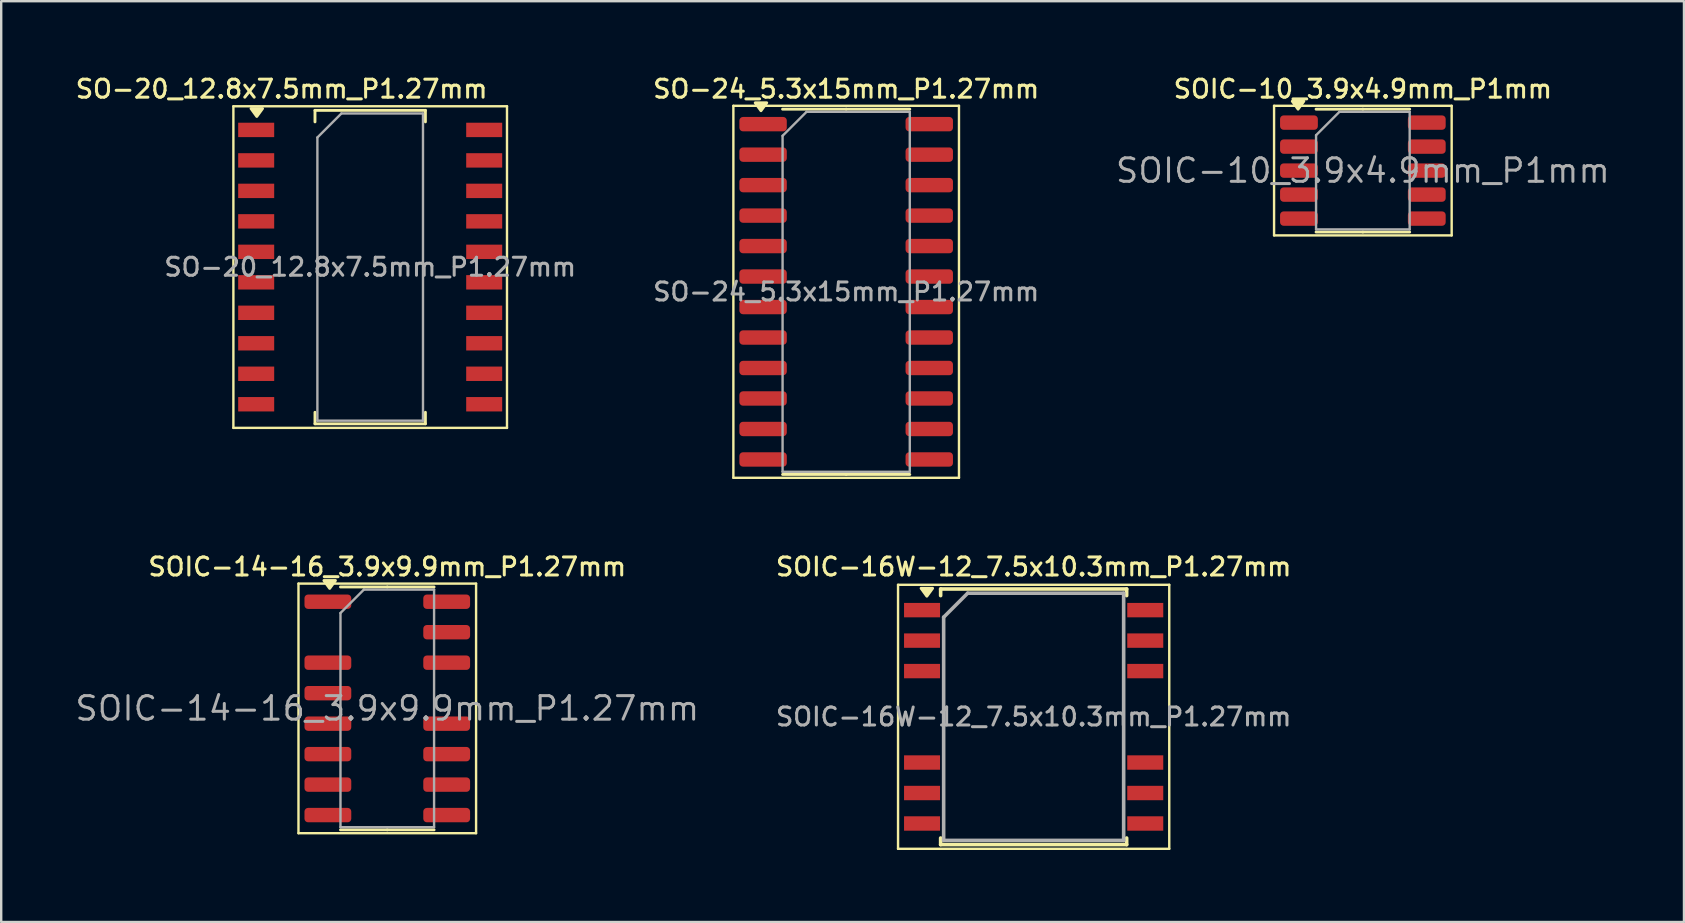
<source format=kicad_pcb>
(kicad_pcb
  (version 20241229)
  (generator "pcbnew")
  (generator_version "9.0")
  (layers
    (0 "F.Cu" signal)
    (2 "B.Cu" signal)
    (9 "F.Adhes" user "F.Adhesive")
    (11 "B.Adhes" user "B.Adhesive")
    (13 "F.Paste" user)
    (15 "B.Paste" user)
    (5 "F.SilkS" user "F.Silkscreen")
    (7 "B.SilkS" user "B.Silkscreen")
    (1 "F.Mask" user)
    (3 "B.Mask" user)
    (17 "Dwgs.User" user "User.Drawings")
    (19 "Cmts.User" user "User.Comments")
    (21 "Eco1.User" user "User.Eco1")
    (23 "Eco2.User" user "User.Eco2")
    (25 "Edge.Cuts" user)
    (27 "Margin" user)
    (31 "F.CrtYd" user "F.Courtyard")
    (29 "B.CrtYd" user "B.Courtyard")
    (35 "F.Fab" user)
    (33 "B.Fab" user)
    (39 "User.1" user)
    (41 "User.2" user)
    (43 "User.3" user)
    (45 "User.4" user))
  (footprint "SO-24_5.3x15mm_P1.27mm"
    (layer "F.Cu")
    (at 32.206 9.108)
    (property "Reference" "SO-24_5.3x15mm_P1.27mm" (at 0 -8.45 0) (layer "F.SilkS") (effects (font (size 0.75 0.75) (thickness 0.125))))
    (attr smd)
    (fp_line (start -4.7 -7.75) (end -4.7 7.75) (stroke (width 0.1) (type solid)) (layer "F.SilkS"))
    (fp_line (start -4.7 7.75) (end 4.7 7.75) (stroke (width 0.1) (type solid)) (layer "F.SilkS"))
    (fp_line (start 0 -7.61) (end -2.65 -7.61) (stroke (width 0.12) (type solid)) (layer "F.SilkS"))
    (fp_line (start 0 -7.61) (end 2.65 -7.61) (stroke (width 0.12) (type solid)) (layer "F.SilkS"))
    (fp_line (start 0 7.61) (end -2.65 7.61) (stroke (width 0.12) (type solid)) (layer "F.SilkS"))
    (fp_line (start 0 7.61) (end 2.65 7.61) (stroke (width 0.12) (type solid)) (layer "F.SilkS"))
    (fp_line (start 4.7 -7.75) (end -4.7 -7.75) (stroke (width 0.1) (type solid)) (layer "F.SilkS"))
    (fp_line (start 4.7 7.75) (end 4.7 -7.75) (stroke (width 0.1) (type solid)) (layer "F.SilkS"))
    (fp_poly (pts (xy -3.55 -7.545) (xy -3.79 -7.875) (xy -3.31 -7.875) (xy -3.55 -7.545)) (stroke (width 0.12) (type solid)) (fill yes) (layer "F.SilkS"))
    (fp_line (start -2.65 -6.5) (end -1.65 -7.5) (stroke (width 0.1) (type solid)) (layer "F.Fab"))
    (fp_line (start -2.65 7.5) (end -2.65 -6.5) (stroke (width 0.1) (type solid)) (layer "F.Fab"))
    (fp_line (start -1.65 -7.5) (end 2.65 -7.5) (stroke (width 0.1) (type solid)) (layer "F.Fab"))
    (fp_line (start 2.65 -7.5) (end 2.65 7.5) (stroke (width 0.1) (type solid)) (layer "F.Fab"))
    (fp_line (start 2.65 7.5) (end -2.65 7.5) (stroke (width 0.1) (type solid)) (layer "F.Fab"))
    (fp_text user "${REFERENCE}" (at 0 0 0) (layer "F.Fab") (effects (font (size 0.75 0.75) (thickness 0.125))))
    (pad "1" smd roundrect (at -3.462 -6.985) (size 1.975 0.6) (layers "F.Cu" "F.Mask" "F.Paste") (roundrect_rratio 0.25))
    (pad "2" smd roundrect (at -3.462 -5.715) (size 1.975 0.6) (layers "F.Cu" "F.Mask" "F.Paste") (roundrect_rratio 0.25))
    (pad "3" smd roundrect (at -3.462 -4.445) (size 1.975 0.6) (layers "F.Cu" "F.Mask" "F.Paste") (roundrect_rratio 0.25))
    (pad "4" smd roundrect (at -3.462 -3.175) (size 1.975 0.6) (layers "F.Cu" "F.Mask" "F.Paste") (roundrect_rratio 0.25))
    (pad "5" smd roundrect (at -3.462 -1.905) (size 1.975 0.6) (layers "F.Cu" "F.Mask" "F.Paste") (roundrect_rratio 0.25))
    (pad "6" smd roundrect (at -3.462 -0.635) (size 1.975 0.6) (layers "F.Cu" "F.Mask" "F.Paste") (roundrect_rratio 0.25))
    (pad "7" smd roundrect (at -3.462 0.635) (size 1.975 0.6) (layers "F.Cu" "F.Mask" "F.Paste") (roundrect_rratio 0.25))
    (pad "8" smd roundrect (at -3.462 1.905) (size 1.975 0.6) (layers "F.Cu" "F.Mask" "F.Paste") (roundrect_rratio 0.25))
    (pad "9" smd roundrect (at -3.462 3.175) (size 1.975 0.6) (layers "F.Cu" "F.Mask" "F.Paste") (roundrect_rratio 0.25))
    (pad "10" smd roundrect (at -3.462 4.445) (size 1.975 0.6) (layers "F.Cu" "F.Mask" "F.Paste") (roundrect_rratio 0.25))
    (pad "11" smd roundrect (at -3.462 5.715) (size 1.975 0.6) (layers "F.Cu" "F.Mask" "F.Paste") (roundrect_rratio 0.25))
    (pad "12" smd roundrect (at -3.462 6.985) (size 1.975 0.6) (layers "F.Cu" "F.Mask" "F.Paste") (roundrect_rratio 0.25))
    (pad "13" smd roundrect (at 3.462 6.985) (size 1.975 0.6) (layers "F.Cu" "F.Mask" "F.Paste") (roundrect_rratio 0.25))
    (pad "14" smd roundrect (at 3.462 5.715) (size 1.975 0.6) (layers "F.Cu" "F.Mask" "F.Paste") (roundrect_rratio 0.25))
    (pad "15" smd roundrect (at 3.462 4.445) (size 1.975 0.6) (layers "F.Cu" "F.Mask" "F.Paste") (roundrect_rratio 0.25))
    (pad "16" smd roundrect (at 3.462 3.175) (size 1.975 0.6) (layers "F.Cu" "F.Mask" "F.Paste") (roundrect_rratio 0.25))
    (pad "17" smd roundrect (at 3.462 1.905) (size 1.975 0.6) (layers "F.Cu" "F.Mask" "F.Paste") (roundrect_rratio 0.25))
    (pad "18" smd roundrect (at 3.462 0.635) (size 1.975 0.6) (layers "F.Cu" "F.Mask" "F.Paste") (roundrect_rratio 0.25))
    (pad "19" smd roundrect (at 3.462 -0.635) (size 1.975 0.6) (layers "F.Cu" "F.Mask" "F.Paste") (roundrect_rratio 0.25))
    (pad "20" smd roundrect (at 3.462 -1.905) (size 1.975 0.6) (layers "F.Cu" "F.Mask" "F.Paste") (roundrect_rratio 0.25))
    (pad "21" smd roundrect (at 3.462 -3.175) (size 1.975 0.6) (layers "F.Cu" "F.Mask" "F.Paste") (roundrect_rratio 0.25))
    (pad "22" smd roundrect (at 3.462 -4.445) (size 1.975 0.6) (layers "F.Cu" "F.Mask" "F.Paste") (roundrect_rratio 0.25))
    (pad "23" smd roundrect (at 3.462 -5.715) (size 1.975 0.6) (layers "F.Cu" "F.Mask" "F.Paste") (roundrect_rratio 0.25))
    (pad "24" smd roundrect (at 3.462 -6.985) (size 1.975 0.6) (layers "F.Cu" "F.Mask" "F.Paste") (roundrect_rratio 0.25)))
  (footprint "SOIC-10_3.9x4.9mm_P1mm"
    (layer "F.Cu")
    (at 53.734 4.058)
    (property "Reference" "SOIC-10_3.9x4.9mm_P1mm" (at 0 -3.4 0) (layer "F.SilkS") (effects (font (size 0.75 0.75) (thickness 0.125))))
    (attr smd)
    (fp_line (start -3.7 -2.7) (end -3.7 2.7) (stroke (width 0.1) (type solid)) (layer "F.SilkS"))
    (fp_line (start -3.7 2.7) (end 3.7 2.7) (stroke (width 0.1) (type solid)) (layer "F.SilkS"))
    (fp_line (start 0 -2.56) (end -1.95 -2.56) (stroke (width 0.12) (type solid)) (layer "F.SilkS"))
    (fp_line (start 0 -2.56) (end 1.95 -2.56) (stroke (width 0.12) (type solid)) (layer "F.SilkS"))
    (fp_line (start 0 2.56) (end -1.95 2.56) (stroke (width 0.12) (type solid)) (layer "F.SilkS"))
    (fp_line (start 0 2.56) (end 1.95 2.56) (stroke (width 0.12) (type solid)) (layer "F.SilkS"))
    (fp_line (start 3.7 -2.7) (end -3.7 -2.7) (stroke (width 0.1) (type solid)) (layer "F.SilkS"))
    (fp_line (start 3.7 2.7) (end 3.7 -2.7) (stroke (width 0.1) (type solid)) (layer "F.SilkS"))
    (fp_poly (pts (xy -2.7 -2.56) (xy -2.94 -2.89) (xy -2.46 -2.89) (xy -2.7 -2.56)) (stroke (width 0.12) (type solid)) (fill yes) (layer "F.SilkS"))
    (fp_line (start -1.95 -1.475) (end -0.975 -2.45) (stroke (width 0.1) (type solid)) (layer "F.Fab"))
    (fp_line (start -1.95 2.45) (end -1.95 -1.475) (stroke (width 0.1) (type solid)) (layer "F.Fab"))
    (fp_line (start -0.975 -2.45) (end 1.95 -2.45) (stroke (width 0.1) (type solid)) (layer "F.Fab"))
    (fp_line (start 1.95 -2.45) (end 1.95 2.45) (stroke (width 0.1) (type solid)) (layer "F.Fab"))
    (fp_line (start 1.95 2.45) (end -1.95 2.45) (stroke (width 0.1) (type solid)) (layer "F.Fab"))
    (fp_text user "${REFERENCE}" (at 0 0 0) (layer "F.Fab") (effects (font (size 0.98 0.98) (thickness 0.125))))
    (pad "1" smd roundrect (at -2.663 -2) (size 1.575 0.6) (layers "F.Cu" "F.Mask" "F.Paste") (roundrect_rratio 0.25))
    (pad "2" smd roundrect (at -2.663 -1) (size 1.575 0.6) (layers "F.Cu" "F.Mask" "F.Paste") (roundrect_rratio 0.25))
    (pad "3" smd roundrect (at -2.663 0) (size 1.575 0.6) (layers "F.Cu" "F.Mask" "F.Paste") (roundrect_rratio 0.25))
    (pad "4" smd roundrect (at -2.663 1) (size 1.575 0.6) (layers "F.Cu" "F.Mask" "F.Paste") (roundrect_rratio 0.25))
    (pad "5" smd roundrect (at -2.663 2) (size 1.575 0.6) (layers "F.Cu" "F.Mask" "F.Paste") (roundrect_rratio 0.25))
    (pad "6" smd roundrect (at 2.663 2) (size 1.575 0.6) (layers "F.Cu" "F.Mask" "F.Paste") (roundrect_rratio 0.25))
    (pad "7" smd roundrect (at 2.663 1) (size 1.575 0.6) (layers "F.Cu" "F.Mask" "F.Paste") (roundrect_rratio 0.25))
    (pad "8" smd roundrect (at 2.663 0) (size 1.575 0.6) (layers "F.Cu" "F.Mask" "F.Paste") (roundrect_rratio 0.25))
    (pad "9" smd roundrect (at 2.663 -1) (size 1.575 0.6) (layers "F.Cu" "F.Mask" "F.Paste") (roundrect_rratio 0.25))
    (pad "10" smd roundrect (at 2.663 -2) (size 1.575 0.6) (layers "F.Cu" "F.Mask" "F.Paste") (roundrect_rratio 0.25)))
  (footprint "SOIC-14-16_3.9x9.9mm_P1.27mm"
    (layer "F.Cu")
    (at 13.086 26.466)
    (property "Reference" "SOIC-14-16_3.9x9.9mm_P1.27mm" (at 0 -5.9 0) (layer "F.SilkS") (effects (font (size 0.75 0.75) (thickness 0.125))))
    (attr smd)
    (fp_line (start -3.7 -5.2) (end -3.7 5.2) (stroke (width 0.1) (type solid)) (layer "F.SilkS"))
    (fp_line (start -3.7 5.2) (end 3.7 5.2) (stroke (width 0.1) (type solid)) (layer "F.SilkS"))
    (fp_line (start 0 -5.06) (end -1.95 -5.06) (stroke (width 0.12) (type solid)) (layer "F.SilkS"))
    (fp_line (start 0 -5.06) (end 1.95 -5.06) (stroke (width 0.12) (type solid)) (layer "F.SilkS"))
    (fp_line (start 0 5.06) (end -1.95 5.06) (stroke (width 0.12) (type solid)) (layer "F.SilkS"))
    (fp_line (start 0 5.06) (end 1.95 5.06) (stroke (width 0.12) (type solid)) (layer "F.SilkS"))
    (fp_line (start 3.7 -5.2) (end -3.7 -5.2) (stroke (width 0.1) (type solid)) (layer "F.SilkS"))
    (fp_line (start 3.7 5.2) (end 3.7 -5.2) (stroke (width 0.1) (type solid)) (layer "F.SilkS"))
    (fp_poly (pts (xy -2.4 -5) (xy -2.64 -5.33) (xy -2.16 -5.33) (xy -2.4 -5)) (stroke (width 0.12) (type solid)) (fill yes) (layer "F.SilkS"))
    (fp_line (start -1.95 -3.975) (end -0.975 -4.95) (stroke (width 0.1) (type solid)) (layer "F.Fab"))
    (fp_line (start -1.95 4.95) (end -1.95 -3.975) (stroke (width 0.1) (type solid)) (layer "F.Fab"))
    (fp_line (start -0.975 -4.95) (end 1.95 -4.95) (stroke (width 0.1) (type solid)) (layer "F.Fab"))
    (fp_line (start 1.95 -4.95) (end 1.95 4.95) (stroke (width 0.1) (type solid)) (layer "F.Fab"))
    (fp_line (start 1.95 4.95) (end -1.95 4.95) (stroke (width 0.1) (type solid)) (layer "F.Fab"))
    (fp_text user "${REFERENCE}" (at 0 0 0) (layer "F.Fab") (effects (font (size 0.98 0.98) (thickness 0.125))))
    (pad "1" smd roundrect (at -2.475 -4.445) (size 1.95 0.6) (layers "F.Cu" "F.Mask" "F.Paste") (roundrect_rratio 0.25))
    (pad "3" smd roundrect (at -2.475 -1.905) (size 1.95 0.6) (layers "F.Cu" "F.Mask" "F.Paste") (roundrect_rratio 0.25))
    (pad "4" smd roundrect (at -2.475 -0.635) (size 1.95 0.6) (layers "F.Cu" "F.Mask" "F.Paste") (roundrect_rratio 0.25))
    (pad "5" smd roundrect (at -2.475 0.635) (size 1.95 0.6) (layers "F.Cu" "F.Mask" "F.Paste") (roundrect_rratio 0.25))
    (pad "6" smd roundrect (at -2.475 1.905) (size 1.95 0.6) (layers "F.Cu" "F.Mask" "F.Paste") (roundrect_rratio 0.25))
    (pad "7" smd roundrect (at -2.475 3.175) (size 1.95 0.6) (layers "F.Cu" "F.Mask" "F.Paste") (roundrect_rratio 0.25))
    (pad "8" smd roundrect (at -2.475 4.445) (size 1.95 0.6) (layers "F.Cu" "F.Mask" "F.Paste") (roundrect_rratio 0.25))
    (pad "9" smd roundrect (at 2.475 4.445) (size 1.95 0.6) (layers "F.Cu" "F.Mask" "F.Paste") (roundrect_rratio 0.25))
    (pad "10" smd roundrect (at 2.475 3.175) (size 1.95 0.6) (layers "F.Cu" "F.Mask" "F.Paste") (roundrect_rratio 0.25))
    (pad "11" smd roundrect (at 2.475 1.905) (size 1.95 0.6) (layers "F.Cu" "F.Mask" "F.Paste") (roundrect_rratio 0.25))
    (pad "12" smd roundrect (at 2.475 0.635) (size 1.95 0.6) (layers "F.Cu" "F.Mask" "F.Paste") (roundrect_rratio 0.25))
    (pad "14" smd roundrect (at 2.475 -1.905) (size 1.95 0.6) (layers "F.Cu" "F.Mask" "F.Paste") (roundrect_rratio 0.25))
    (pad "15" smd roundrect (at 2.475 -3.175) (size 1.95 0.6) (layers "F.Cu" "F.Mask" "F.Paste") (roundrect_rratio 0.25))
    (pad "16" smd roundrect (at 2.475 -4.445) (size 1.95 0.6) (layers "F.Cu" "F.Mask" "F.Paste") (roundrect_rratio 0.25)))
  (footprint "SOIC-16W-12_7.5x10.3mm_P1.27mm"
    (layer "F.Cu")
    (at 40.017 26.816)
    (property "Reference" "SOIC-16W-12_7.5x10.3mm_P1.27mm" (at 0 -6.25 0) (layer "F.SilkS") (effects (font (size 0.75 0.75) (thickness 0.125))))
    (attr smd)
    (fp_line (start -5.65 -5.5) (end -5.65 5.5) (stroke (width 0.1) (type solid)) (layer "F.SilkS"))
    (fp_line (start -5.65 -5.5) (end 5.65 -5.5) (stroke (width 0.1) (type solid)) (layer "F.SilkS"))
    (fp_line (start -5.65 5.5) (end 5.65 5.5) (stroke (width 0.1) (type solid)) (layer "F.SilkS"))
    (fp_line (start -3.875 -5.325) (end -3.875 -5.05) (stroke (width 0.15) (type solid)) (layer "F.SilkS"))
    (fp_line (start -3.875 -5.325) (end 3.875 -5.325) (stroke (width 0.15) (type solid)) (layer "F.SilkS"))
    (fp_line (start -3.875 5.325) (end -3.875 5.05) (stroke (width 0.15) (type solid)) (layer "F.SilkS"))
    (fp_line (start -3.875 5.325) (end 3.875 5.325) (stroke (width 0.15) (type solid)) (layer "F.SilkS"))
    (fp_line (start 3.875 -5.325) (end 3.875 -5.05) (stroke (width 0.15) (type solid)) (layer "F.SilkS"))
    (fp_line (start 3.875 5.325) (end 3.875 5.05) (stroke (width 0.15) (type solid)) (layer "F.SilkS"))
    (fp_line (start 5.65 -5.5) (end 5.65 5.5) (stroke (width 0.1) (type solid)) (layer "F.SilkS"))
    (fp_poly (pts (xy -4.45 -5.025) (xy -4.69 -5.355) (xy -4.21 -5.355) (xy -4.45 -5.025)) (stroke (width 0.12) (type solid)) (fill yes) (layer "F.SilkS"))
    (fp_line (start -3.75 -4.15) (end -2.75 -5.15) (stroke (width 0.15) (type solid)) (layer "F.Fab"))
    (fp_line (start -3.75 5.15) (end -3.75 -4.15) (stroke (width 0.15) (type solid)) (layer "F.Fab"))
    (fp_line (start -2.75 -5.15) (end 3.75 -5.15) (stroke (width 0.15) (type solid)) (layer "F.Fab"))
    (fp_line (start 3.75 -5.15) (end 3.75 5.15) (stroke (width 0.15) (type solid)) (layer "F.Fab"))
    (fp_line (start 3.75 5.15) (end -3.75 5.15) (stroke (width 0.15) (type solid)) (layer "F.Fab"))
    (fp_text user "${REFERENCE}" (at 0 0 0) (layer "F.Fab") (effects (font (size 0.75 0.75) (thickness 0.125))))
    (pad "1" smd rect (at -4.65 -4.445) (size 1.5 0.6) (layers "F.Cu" "F.Mask" "F.Paste"))
    (pad "2" smd rect (at -4.65 -3.175) (size 1.5 0.6) (layers "F.Cu" "F.Mask" "F.Paste"))
    (pad "3" smd rect (at -4.65 -1.905) (size 1.5 0.6) (layers "F.Cu" "F.Mask" "F.Paste"))
    (pad "6" smd rect (at -4.65 1.905) (size 1.5 0.6) (layers "F.Cu" "F.Mask" "F.Paste"))
    (pad "7" smd rect (at -4.65 3.175) (size 1.5 0.6) (layers "F.Cu" "F.Mask" "F.Paste"))
    (pad "8" smd rect (at -4.65 4.445) (size 1.5 0.6) (layers "F.Cu" "F.Mask" "F.Paste"))
    (pad "9" smd rect (at 4.65 4.445) (size 1.5 0.6) (layers "F.Cu" "F.Mask" "F.Paste"))
    (pad "10" smd rect (at 4.65 3.175) (size 1.5 0.6) (layers "F.Cu" "F.Mask" "F.Paste"))
    (pad "11" smd rect (at 4.65 1.905) (size 1.5 0.6) (layers "F.Cu" "F.Mask" "F.Paste"))
    (pad "14" smd rect (at 4.65 -1.905) (size 1.5 0.6) (layers "F.Cu" "F.Mask" "F.Paste"))
    (pad "15" smd rect (at 4.65 -3.175) (size 1.5 0.6) (layers "F.Cu" "F.Mask" "F.Paste"))
    (pad "16" smd rect (at 4.65 -4.445) (size 1.5 0.6) (layers "F.Cu" "F.Mask" "F.Paste")))
  (footprint "SO-20_12.8x7.5mm_P1.27mm"
    (layer "F.Cu")
    (at 12.374 8.078)
    (property "Reference" "SO-20_12.8x7.5mm_P1.27mm" (at -3.69 -7.42 0) (layer "F.SilkS") (effects (font (size 0.75 0.75) (thickness 0.125))))
    (attr smd)
    (fp_line (start -5.7 -6.7) (end 5.7 -6.7) (stroke (width 0.1) (type solid)) (layer "F.SilkS"))
    (fp_line (start -5.7 6.7) (end -5.7 -6.7) (stroke (width 0.1) (type solid)) (layer "F.SilkS"))
    (fp_line (start -2.3 -6.53) (end 2.3 -6.53) (stroke (width 0.12) (type solid)) (layer "F.SilkS"))
    (fp_line (start -2.3 -6.05) (end -2.3 -6.53) (stroke (width 0.12) (type solid)) (layer "F.SilkS"))
    (fp_line (start -2.3 6.53) (end -2.3 6.05) (stroke (width 0.12) (type solid)) (layer "F.SilkS"))
    (fp_line (start -2.3 6.53) (end 2.3 6.53) (stroke (width 0.12) (type solid)) (layer "F.SilkS"))
    (fp_line (start 2.3 -6.05) (end 2.3 -6.53) (stroke (width 0.12) (type solid)) (layer "F.SilkS"))
    (fp_line (start 2.3 6.05) (end 2.3 6.53) (stroke (width 0.12) (type solid)) (layer "F.SilkS"))
    (fp_line (start 5.7 -6.7) (end 5.7 6.7) (stroke (width 0.1) (type solid)) (layer "F.SilkS"))
    (fp_line (start 5.7 6.7) (end -5.7 6.7) (stroke (width 0.1) (type solid)) (layer "F.SilkS"))
    (fp_poly (pts (xy -4.725 -6.275) (xy -4.965 -6.605) (xy -4.485 -6.605) (xy -4.725 -6.275)) (stroke (width 0.12) (type solid)) (fill yes) (layer "F.SilkS"))
    (fp_line (start -2.2 -5.4) (end -1.2 -6.4) (stroke (width 0.1) (type solid)) (layer "F.Fab"))
    (fp_line (start -2.2 6.4) (end -2.2 -5.4) (stroke (width 0.1) (type solid)) (layer "F.Fab"))
    (fp_line (start -1.2 -6.4) (end 2.2 -6.4) (stroke (width 0.1) (type solid)) (layer "F.Fab"))
    (fp_line (start 2.2 -6.4) (end 2.2 6.4) (stroke (width 0.1) (type solid)) (layer "F.Fab"))
    (fp_line (start 2.2 6.4) (end -2.2 6.4) (stroke (width 0.1) (type solid)) (layer "F.Fab"))
    (fp_text user "${REFERENCE}" (at 0 0 0) (layer "F.Fab") (effects (font (size 0.75 0.75) (thickness 0.125))))
    (pad "1" smd rect (at -4.75 -5.715) (size 1.5 0.6) (layers "F.Cu" "F.Mask" "F.Paste"))
    (pad "2" smd rect (at -4.75 -4.445) (size 1.5 0.6) (layers "F.Cu" "F.Mask" "F.Paste"))
    (pad "3" smd rect (at -4.75 -3.175) (size 1.5 0.6) (layers "F.Cu" "F.Mask" "F.Paste"))
    (pad "4" smd rect (at -4.75 -1.905) (size 1.5 0.6) (layers "F.Cu" "F.Mask" "F.Paste"))
    (pad "5" smd rect (at -4.75 -0.635) (size 1.5 0.6) (layers "F.Cu" "F.Mask" "F.Paste"))
    (pad "6" smd rect (at -4.75 0.635) (size 1.5 0.6) (layers "F.Cu" "F.Mask" "F.Paste"))
    (pad "7" smd rect (at -4.75 1.905) (size 1.5 0.6) (layers "F.Cu" "F.Mask" "F.Paste"))
    (pad "8" smd rect (at -4.75 3.175) (size 1.5 0.6) (layers "F.Cu" "F.Mask" "F.Paste"))
    (pad "9" smd rect (at -4.75 4.445) (size 1.5 0.6) (layers "F.Cu" "F.Mask" "F.Paste"))
    (pad "10" smd rect (at -4.75 5.715) (size 1.5 0.6) (layers "F.Cu" "F.Mask" "F.Paste"))
    (pad "11" smd rect (at 4.75 5.715) (size 1.5 0.6) (layers "F.Cu" "F.Mask" "F.Paste"))
    (pad "12" smd rect (at 4.75 4.445) (size 1.5 0.6) (layers "F.Cu" "F.Mask" "F.Paste"))
    (pad "13" smd rect (at 4.75 3.175) (size 1.5 0.6) (layers "F.Cu" "F.Mask" "F.Paste"))
    (pad "14" smd rect (at 4.75 1.905) (size 1.5 0.6) (layers "F.Cu" "F.Mask" "F.Paste"))
    (pad "15" smd rect (at 4.75 0.635) (size 1.5 0.6) (layers "F.Cu" "F.Mask" "F.Paste"))
    (pad "16" smd rect (at 4.75 -0.635) (size 1.5 0.6) (layers "F.Cu" "F.Mask" "F.Paste"))
    (pad "17" smd rect (at 4.75 -1.905) (size 1.5 0.6) (layers "F.Cu" "F.Mask" "F.Paste"))
    (pad "18" smd rect (at 4.75 -3.175) (size 1.5 0.6) (layers "F.Cu" "F.Mask" "F.Paste"))
    (pad "19" smd rect (at 4.75 -4.445) (size 1.5 0.6) (layers "F.Cu" "F.Mask" "F.Paste"))
    (pad "20" smd rect (at 4.75 -5.715) (size 1.5 0.6) (layers "F.Cu" "F.Mask" "F.Paste")))
  (gr_rect
    (start -3 -3)
    (end 67.113 35.366)
    (stroke (width 0.1) (type default))
    (fill no)
    (layer "Edge.Cuts")))
</source>
